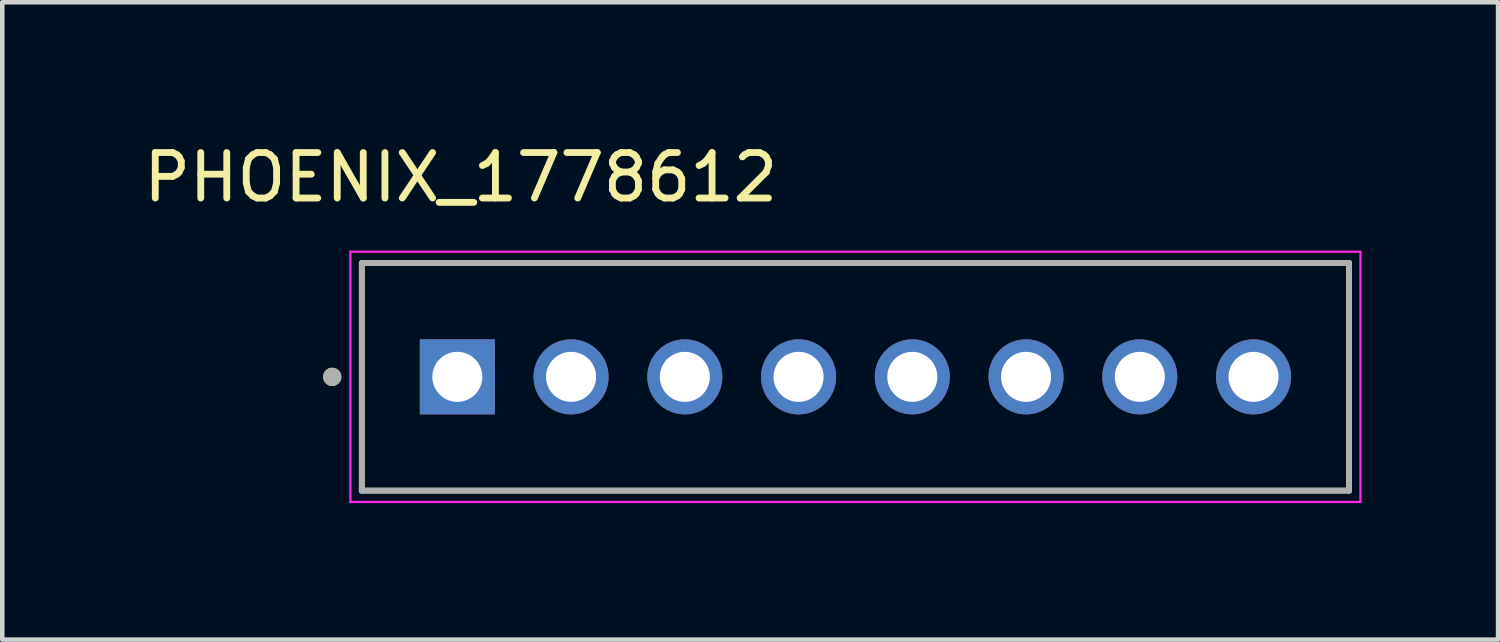
<source format=kicad_pcb>
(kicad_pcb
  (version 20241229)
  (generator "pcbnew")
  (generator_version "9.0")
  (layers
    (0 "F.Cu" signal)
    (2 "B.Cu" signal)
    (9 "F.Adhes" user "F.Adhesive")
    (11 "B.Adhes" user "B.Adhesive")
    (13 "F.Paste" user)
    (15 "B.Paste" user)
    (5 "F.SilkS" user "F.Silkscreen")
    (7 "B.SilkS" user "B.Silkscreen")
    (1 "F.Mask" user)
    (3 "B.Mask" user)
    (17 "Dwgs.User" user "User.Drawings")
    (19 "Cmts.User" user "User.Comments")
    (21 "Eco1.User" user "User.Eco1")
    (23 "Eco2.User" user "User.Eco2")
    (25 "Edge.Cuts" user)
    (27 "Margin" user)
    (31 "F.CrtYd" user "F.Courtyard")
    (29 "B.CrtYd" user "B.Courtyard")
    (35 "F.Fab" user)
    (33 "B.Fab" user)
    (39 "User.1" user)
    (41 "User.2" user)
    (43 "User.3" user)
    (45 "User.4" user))
  (footprint "PHOENIX_1778612"
    (layer "F.Cu")
    (at 4.902 7.733)
    (property "Reference" "PHOENIX_1778612" (at 2.175 -6.885 0) (layer "F.SilkS") (effects (font (size 1 1) (thickness 0.15))))
    (attr through_hole)
    (fp_line (start 0 0) (end 0 -5) (stroke (width 0.127) (type solid)) (layer "F.SilkS"))
    (fp_line (start 21.7 -5) (end 0 -5) (stroke (width 0.127) (type solid)) (layer "F.SilkS"))
    (fp_line (start 21.7 -5) (end 21.7 0) (stroke (width 0.127) (type solid)) (layer "F.SilkS"))
    (fp_line (start 21.7 0) (end 0 0) (stroke (width 0.127) (type solid)) (layer "F.SilkS"))
    (fp_circle (center -0.65 -2.5) (end -0.55 -2.5) (stroke (width 0.2) (type solid)) (fill no) (layer "F.SilkS"))
    (fp_line (start -0.25 -5.25) (end 21.95 -5.25) (stroke (width 0.05) (type solid)) (layer "F.CrtYd"))
    (fp_line (start -0.25 0.25) (end -0.25 -5.25) (stroke (width 0.05) (type solid)) (layer "F.CrtYd"))
    (fp_line (start 21.95 -5.25) (end 21.95 0.25) (stroke (width 0.05) (type solid)) (layer "F.CrtYd"))
    (fp_line (start 21.95 0.25) (end -0.25 0.25) (stroke (width 0.05) (type solid)) (layer "F.CrtYd"))
    (fp_line (start 0 -5) (end 21.7 -5) (stroke (width 0.127) (type solid)) (layer "F.Fab"))
    (fp_line (start 0 0) (end 0 -5) (stroke (width 0.127) (type solid)) (layer "F.Fab"))
    (fp_line (start 21.7 -5) (end 21.7 0) (stroke (width 0.127) (type solid)) (layer "F.Fab"))
    (fp_line (start 21.7 0) (end 0 0) (stroke (width 0.127) (type solid)) (layer "F.Fab"))
    (fp_circle (center -0.65 -2.5) (end -0.55 -2.5) (stroke (width 0.2) (type solid)) (fill no) (layer "F.Fab"))
    (pad "1" thru_hole rect (at 2.1 -2.5) (size 1.65 1.65) (drill 1.1) (layers "*.Cu" "*.Mask"))
    (pad "2" thru_hole circle (at 4.6 -2.5) (size 1.65 1.65) (drill 1.1) (layers "*.Cu" "*.Mask"))
    (pad "3" thru_hole circle (at 7.1 -2.5) (size 1.65 1.65) (drill 1.1) (layers "*.Cu" "*.Mask"))
    (pad "4" thru_hole circle (at 9.6 -2.5) (size 1.65 1.65) (drill 1.1) (layers "*.Cu" "*.Mask"))
    (pad "5" thru_hole circle (at 12.1 -2.5) (size 1.65 1.65) (drill 1.1) (layers "*.Cu" "*.Mask"))
    (pad "6" thru_hole circle (at 14.6 -2.5) (size 1.65 1.65) (drill 1.1) (layers "*.Cu" "*.Mask"))
    (pad "7" thru_hole circle (at 17.1 -2.5) (size 1.65 1.65) (drill 1.1) (layers "*.Cu" "*.Mask"))
    (pad "8" thru_hole circle (at 19.6 -2.5) (size 1.65 1.65) (drill 1.1) (layers "*.Cu" "*.Mask")))
  (gr_rect
    (start -3 -3)
    (end 29.877 11.008)
    (stroke (width 0.1) (type default))
    (fill no)
    (layer "Edge.Cuts")))
</source>
